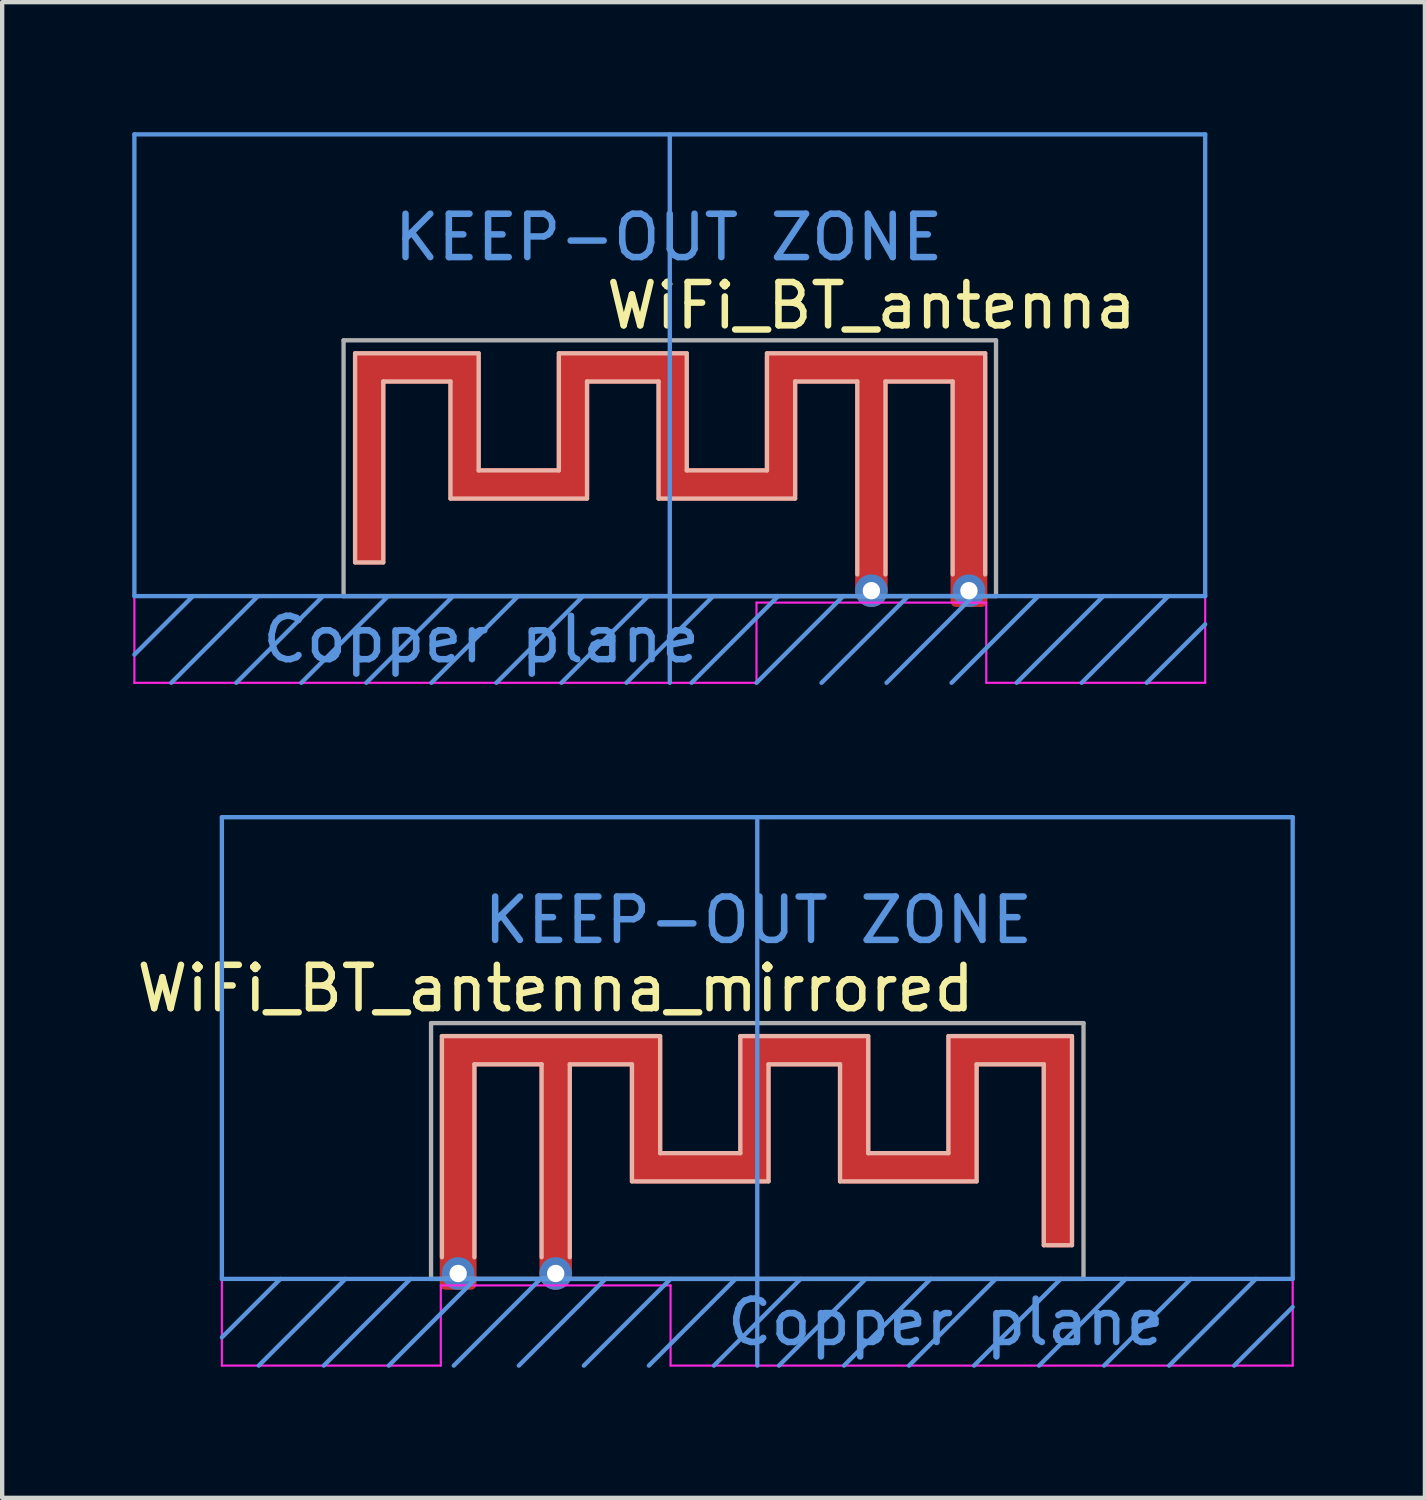
<source format=kicad_pcb>
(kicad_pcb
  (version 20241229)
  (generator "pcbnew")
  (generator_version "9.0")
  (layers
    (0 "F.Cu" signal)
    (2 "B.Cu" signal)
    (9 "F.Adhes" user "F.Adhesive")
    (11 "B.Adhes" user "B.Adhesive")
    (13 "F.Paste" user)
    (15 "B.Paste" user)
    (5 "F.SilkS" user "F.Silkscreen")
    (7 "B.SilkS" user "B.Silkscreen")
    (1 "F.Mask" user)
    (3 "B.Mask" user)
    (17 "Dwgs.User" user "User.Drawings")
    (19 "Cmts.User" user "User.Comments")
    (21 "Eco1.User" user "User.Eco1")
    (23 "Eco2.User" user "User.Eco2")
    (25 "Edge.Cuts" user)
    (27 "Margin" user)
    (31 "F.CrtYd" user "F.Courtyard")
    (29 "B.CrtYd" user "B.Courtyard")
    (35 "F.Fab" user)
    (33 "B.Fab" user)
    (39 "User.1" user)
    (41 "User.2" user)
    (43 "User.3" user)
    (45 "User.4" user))
  (footprint "WiFi_BT_antenna"
    (layer "F.Cu")
    (at 17.05 10.7)
    (property "Reference" "WiFi_BT_antenna" (at 0 -6.7 0) (layer "F.SilkS") (effects (font (size 1 1) (thickness 0.15))))
    (attr exclude_from_pos_files exclude_from_bom)
    (fp_line (start -11.909 -5.6) (end -11.909 -0.777) (stroke (width 0.1) (type solid)) (layer "B.SilkS"))
    (fp_line (start -11.909 -5.6) (end -9.059 -5.6) (stroke (width 0.1) (type solid)) (layer "B.SilkS"))
    (fp_line (start -11.909 -0.777) (end -11.259 -0.777) (stroke (width 0.1) (type solid)) (layer "B.SilkS"))
    (fp_line (start -11.259 -4.95) (end -11.259 -0.777) (stroke (width 0.1) (type solid)) (layer "B.SilkS"))
    (fp_line (start -11.259 -4.95) (end -9.709 -4.95) (stroke (width 0.1) (type solid)) (layer "B.SilkS"))
    (fp_line (start -9.709 -4.95) (end -9.709 -2.25) (stroke (width 0.1) (type solid)) (layer "B.SilkS"))
    (fp_line (start -9.709 -2.25) (end -6.559 -2.25) (stroke (width 0.1) (type solid)) (layer "B.SilkS"))
    (fp_line (start -9.059 -5.6) (end -9.059 -2.9) (stroke (width 0.1) (type solid)) (layer "B.SilkS"))
    (fp_line (start -9.059 -2.9) (end -7.209 -2.9) (stroke (width 0.1) (type solid)) (layer "B.SilkS"))
    (fp_line (start -7.209 -5.6) (end -7.209 -2.9) (stroke (width 0.1) (type solid)) (layer "B.SilkS"))
    (fp_line (start -7.209 -5.6) (end -4.259 -5.6) (stroke (width 0.1) (type solid)) (layer "B.SilkS"))
    (fp_line (start -6.559 -4.95) (end -6.559 -2.25) (stroke (width 0.1) (type solid)) (layer "B.SilkS"))
    (fp_line (start -6.559 -4.95) (end -4.909 -4.95) (stroke (width 0.1) (type solid)) (layer "B.SilkS"))
    (fp_line (start -4.909 -4.95) (end -4.909 -2.25) (stroke (width 0.1) (type solid)) (layer "B.SilkS"))
    (fp_line (start -4.909 -2.25) (end -1.759 -2.25) (stroke (width 0.1) (type solid)) (layer "B.SilkS"))
    (fp_line (start -4.259 -5.6) (end -4.259 -2.9) (stroke (width 0.1) (type solid)) (layer "B.SilkS"))
    (fp_line (start -4.259 -2.9) (end -2.409 -2.9) (stroke (width 0.1) (type solid)) (layer "B.SilkS"))
    (fp_line (start -2.409 -5.6) (end -2.409 -2.9) (stroke (width 0.1) (type solid)) (layer "B.SilkS"))
    (fp_line (start -2.409 -5.6) (end 2.625 -5.6) (stroke (width 0.1) (type solid)) (layer "B.SilkS"))
    (fp_line (start -1.759 -4.95) (end -1.759 -2.25) (stroke (width 0.1) (type solid)) (layer "B.SilkS"))
    (fp_line (start -1.759 -4.95) (end -0.325 -4.95) (stroke (width 0.1) (type solid)) (layer "B.SilkS"))
    (fp_line (start -0.325 -4.95) (end -0.325 -0.5) (stroke (width 0.1) (type solid)) (layer "B.SilkS"))
    (fp_line (start 0.325 -4.95) (end 0.325 -0.5) (stroke (width 0.1) (type solid)) (layer "B.SilkS"))
    (fp_line (start 0.325 -4.95) (end 1.875 -4.95) (stroke (width 0.1) (type solid)) (layer "B.SilkS"))
    (fp_line (start 1.875 -4.95) (end 1.875 -0.5) (stroke (width 0.1) (type solid)) (layer "B.SilkS"))
    (fp_line (start 2.625 -5.6) (end 2.625 -0.5) (stroke (width 0.1) (type solid)) (layer "B.SilkS"))
    (fp_line (start -17 -10.65) (end 7.7 -10.65) (stroke (width 0.1) (type solid)) (layer "Cmts.User"))
    (fp_line (start -17 0) (end -17 -10.65) (stroke (width 0.1) (type solid)) (layer "Cmts.User"))
    (fp_line (start -15.65 0) (end -17 1.35) (stroke (width 0.1) (type solid)) (layer "Cmts.User"))
    (fp_line (start -14.15 0) (end -16.15 2) (stroke (width 0.1) (type solid)) (layer "Cmts.User"))
    (fp_line (start -12.65 0) (end -14.65 2) (stroke (width 0.1) (type solid)) (layer "Cmts.User"))
    (fp_line (start -11.15 0) (end -13.15 2) (stroke (width 0.1) (type solid)) (layer "Cmts.User"))
    (fp_line (start -9.65 0) (end -11.65 2) (stroke (width 0.1) (type solid)) (layer "Cmts.User"))
    (fp_line (start -8.15 0) (end -10.15 2) (stroke (width 0.1) (type solid)) (layer "Cmts.User"))
    (fp_line (start -6.65 0) (end -8.65 2) (stroke (width 0.1) (type solid)) (layer "Cmts.User"))
    (fp_line (start -5.15 0) (end -7.15 2) (stroke (width 0.1) (type solid)) (layer "Cmts.User"))
    (fp_line (start -4.65 2) (end -4.65 -10.65) (stroke (width 0.1) (type solid)) (layer "Cmts.User"))
    (fp_line (start -3.65 0) (end -5.65 2) (stroke (width 0.1) (type solid)) (layer "Cmts.User"))
    (fp_line (start -2.15 0) (end -4.15 2) (stroke (width 0.1) (type solid)) (layer "Cmts.User"))
    (fp_line (start -0.65 0) (end -2.65 2) (stroke (width 0.1) (type solid)) (layer "Cmts.User"))
    (fp_line (start 0.85 0) (end -1.15 2) (stroke (width 0.1) (type solid)) (layer "Cmts.User"))
    (fp_line (start 2.35 0) (end 0.35 2) (stroke (width 0.1) (type solid)) (layer "Cmts.User"))
    (fp_line (start 3.85 0) (end 1.85 2) (stroke (width 0.1) (type solid)) (layer "Cmts.User"))
    (fp_line (start 5.35 0) (end 3.35 2) (stroke (width 0.1) (type solid)) (layer "Cmts.User"))
    (fp_line (start 6.85 0) (end 4.85 2) (stroke (width 0.1) (type solid)) (layer "Cmts.User"))
    (fp_line (start 7.7 0) (end -17 0) (stroke (width 0.1) (type solid)) (layer "Cmts.User"))
    (fp_line (start 7.7 0) (end 7.7 -10.65) (stroke (width 0.1) (type solid)) (layer "Cmts.User"))
    (fp_line (start 7.7 0.65) (end 6.35 2) (stroke (width 0.1) (type solid)) (layer "Cmts.User"))
    (fp_line (start -17 -10.65) (end -17 2) (stroke (width 0.05) (type solid)) (layer "F.CrtYd"))
    (fp_line (start -17 2) (end -2.65 2) (stroke (width 0.05) (type solid)) (layer "F.CrtYd"))
    (fp_line (start -2.65 0.15) (end -2.65 2) (stroke (width 0.05) (type solid)) (layer "F.CrtYd"))
    (fp_line (start -2.65 0.15) (end 2.65 0.15) (stroke (width 0.05) (type solid)) (layer "F.CrtYd"))
    (fp_line (start 2.65 0.15) (end 2.65 2) (stroke (width 0.05) (type solid)) (layer "F.CrtYd"))
    (fp_line (start 2.65 2) (end 7.7 2) (stroke (width 0.05) (type solid)) (layer "F.CrtYd"))
    (fp_line (start 7.7 -10.65) (end -17 -10.65) (stroke (width 0.05) (type solid)) (layer "F.CrtYd"))
    (fp_line (start 7.7 -10.65) (end 7.7 2) (stroke (width 0.05) (type solid)) (layer "F.CrtYd"))
    (fp_line (start -12.175 -5.9) (end -12.175 0) (stroke (width 0.1) (type solid)) (layer "F.Fab"))
    (fp_line (start -12.175 0) (end 2.875 0) (stroke (width 0.1) (type solid)) (layer "F.Fab"))
    (fp_line (start 2.875 -5.9) (end -12.175 -5.9) (stroke (width 0.1) (type solid)) (layer "F.Fab"))
    (fp_line (start 2.875 0) (end 2.875 -5.9) (stroke (width 0.1) (type solid)) (layer "F.Fab"))
    (fp_text user "Copper plane" (at -9 1 0) (layer "Cmts.User") (effects (font (size 1 1) (thickness 0.15))))
    (fp_text user "KEEP-OUT ZONE" (at -4.675 -8.275 0) (layer "Cmts.User") (effects (font (size 1 1) (thickness 0.15))))
    (pad "1" smd custom (at 0 -0.125) (size 0.1 0.1) (layers "F.Cu") (options (anchor rect)) (primitives (gr_poly (pts (xy -9.134 -2.7) (xy -7.134 -2.7) (xy -7.134 -5.4) (xy -4.334 -5.4) (xy -4.334 -2.7) (xy -2.334 -2.7) (xy -2.334 -5.4) (xy 0.25 -5.4) (xy 0.25 0) (xy -0.25 0) (xy -0.25 -4.9) (xy -1.834 -4.9) (xy -1.834 -2.2) (xy -4.834 -2.2) (xy -4.834 -4.9) (xy -6.634 -4.9) (xy -6.634 -2.2) (xy -9.634 -2.2) (xy -9.634 -4.9) (xy -11.334 -4.9) (xy -11.334 -0.727) (xy -11.834 -0.727) (xy -11.834 -5.4) (xy -9.134 -5.4)) (width 0.25) (fill yes))))
    (pad "1" thru_hole circle (at 0 -0.125) (size 0.75 0.75) (drill 0.4) (layers "*.Cu" "*.Mask"))
    (pad "2" smd custom (at 2.25 -0.125) (size 0.1 0.1) (layers "F.Cu") (options (anchor rect)) (primitives (gr_poly (pts (xy 0.3 0.25) (xy -0.3 0.25) (xy -0.3 -4.9) (xy -2 -4.9) (xy -2 -5.4) (xy 0.3 -5.4)) (width 0.25) (fill yes))))
    (pad "2" thru_hole circle (at 2.25 -0.125) (size 0.75 0.75) (drill 0.4) (layers "*.Cu" "*.Mask")))
  (footprint "WiFi_BT_antenna_mirrored"
    (layer "F.Cu")
    (at 9.768 26.45)
    (property "Reference" "WiFi_BT_antenna_mirrored" (at 0 -6.7 0) (layer "F.SilkS") (effects (font (size 1 1) (thickness 0.15))))
    (attr exclude_from_pos_files exclude_from_bom)
    (fp_line (start -2.625 -5.6) (end -2.625 -0.5) (stroke (width 0.1) (type solid)) (layer "B.SilkS"))
    (fp_line (start -1.875 -4.95) (end -1.875 -0.5) (stroke (width 0.1) (type solid)) (layer "B.SilkS"))
    (fp_line (start -0.325 -4.95) (end -1.875 -4.95) (stroke (width 0.1) (type solid)) (layer "B.SilkS"))
    (fp_line (start -0.325 -4.95) (end -0.325 -0.5) (stroke (width 0.1) (type solid)) (layer "B.SilkS"))
    (fp_line (start 0.325 -4.95) (end 0.325 -0.5) (stroke (width 0.1) (type solid)) (layer "B.SilkS"))
    (fp_line (start 1.759 -4.95) (end 0.325 -4.95) (stroke (width 0.1) (type solid)) (layer "B.SilkS"))
    (fp_line (start 1.759 -4.95) (end 1.759 -2.25) (stroke (width 0.1) (type solid)) (layer "B.SilkS"))
    (fp_line (start 2.409 -5.6) (end -2.625 -5.6) (stroke (width 0.1) (type solid)) (layer "B.SilkS"))
    (fp_line (start 2.409 -5.6) (end 2.409 -2.9) (stroke (width 0.1) (type solid)) (layer "B.SilkS"))
    (fp_line (start 4.259 -5.6) (end 4.259 -2.9) (stroke (width 0.1) (type solid)) (layer "B.SilkS"))
    (fp_line (start 4.259 -2.9) (end 2.409 -2.9) (stroke (width 0.1) (type solid)) (layer "B.SilkS"))
    (fp_line (start 4.909 -4.95) (end 4.909 -2.25) (stroke (width 0.1) (type solid)) (layer "B.SilkS"))
    (fp_line (start 4.909 -2.25) (end 1.759 -2.25) (stroke (width 0.1) (type solid)) (layer "B.SilkS"))
    (fp_line (start 6.559 -4.95) (end 4.909 -4.95) (stroke (width 0.1) (type solid)) (layer "B.SilkS"))
    (fp_line (start 6.559 -4.95) (end 6.559 -2.25) (stroke (width 0.1) (type solid)) (layer "B.SilkS"))
    (fp_line (start 7.209 -5.6) (end 4.259 -5.6) (stroke (width 0.1) (type solid)) (layer "B.SilkS"))
    (fp_line (start 7.209 -5.6) (end 7.209 -2.9) (stroke (width 0.1) (type solid)) (layer "B.SilkS"))
    (fp_line (start 9.059 -5.6) (end 9.059 -2.9) (stroke (width 0.1) (type solid)) (layer "B.SilkS"))
    (fp_line (start 9.059 -2.9) (end 7.209 -2.9) (stroke (width 0.1) (type solid)) (layer "B.SilkS"))
    (fp_line (start 9.709 -4.95) (end 9.709 -2.25) (stroke (width 0.1) (type solid)) (layer "B.SilkS"))
    (fp_line (start 9.709 -2.25) (end 6.559 -2.25) (stroke (width 0.1) (type solid)) (layer "B.SilkS"))
    (fp_line (start 11.259 -4.95) (end 9.709 -4.95) (stroke (width 0.1) (type solid)) (layer "B.SilkS"))
    (fp_line (start 11.259 -4.95) (end 11.259 -0.777) (stroke (width 0.1) (type solid)) (layer "B.SilkS"))
    (fp_line (start 11.909 -5.6) (end 9.059 -5.6) (stroke (width 0.1) (type solid)) (layer "B.SilkS"))
    (fp_line (start 11.909 -5.6) (end 11.909 -0.777) (stroke (width 0.1) (type solid)) (layer "B.SilkS"))
    (fp_line (start 11.909 -0.777) (end 11.259 -0.777) (stroke (width 0.1) (type solid)) (layer "B.SilkS"))
    (fp_line (start -7.7 -10.65) (end 17 -10.65) (stroke (width 0.1) (type solid)) (layer "Cmts.User"))
    (fp_line (start -7.7 0) (end -7.7 -10.65) (stroke (width 0.1) (type solid)) (layer "Cmts.User"))
    (fp_line (start -6.35 0) (end -7.7 1.35) (stroke (width 0.1) (type solid)) (layer "Cmts.User"))
    (fp_line (start -4.85 0) (end -6.85 2) (stroke (width 0.1) (type solid)) (layer "Cmts.User"))
    (fp_line (start -3.35 0) (end -5.35 2) (stroke (width 0.1) (type solid)) (layer "Cmts.User"))
    (fp_line (start -1.85 0) (end -3.85 2) (stroke (width 0.1) (type solid)) (layer "Cmts.User"))
    (fp_line (start -0.35 0) (end -2.35 2) (stroke (width 0.1) (type solid)) (layer "Cmts.User"))
    (fp_line (start 1.15 0) (end -0.85 2) (stroke (width 0.1) (type solid)) (layer "Cmts.User"))
    (fp_line (start 2.65 0) (end 0.65 2) (stroke (width 0.1) (type solid)) (layer "Cmts.User"))
    (fp_line (start 4.15 0) (end 2.15 2) (stroke (width 0.1) (type solid)) (layer "Cmts.User"))
    (fp_line (start 4.65 2) (end 4.65 -10.65) (stroke (width 0.1) (type solid)) (layer "Cmts.User"))
    (fp_line (start 5.65 0) (end 3.65 2) (stroke (width 0.1) (type solid)) (layer "Cmts.User"))
    (fp_line (start 7.15 0) (end 5.15 2) (stroke (width 0.1) (type solid)) (layer "Cmts.User"))
    (fp_line (start 8.65 0) (end 6.65 2) (stroke (width 0.1) (type solid)) (layer "Cmts.User"))
    (fp_line (start 10.15 0) (end 8.15 2) (stroke (width 0.1) (type solid)) (layer "Cmts.User"))
    (fp_line (start 11.65 0) (end 9.65 2) (stroke (width 0.1) (type solid)) (layer "Cmts.User"))
    (fp_line (start 13.15 0) (end 11.15 2) (stroke (width 0.1) (type solid)) (layer "Cmts.User"))
    (fp_line (start 14.65 0) (end 12.65 2) (stroke (width 0.1) (type solid)) (layer "Cmts.User"))
    (fp_line (start 16.15 0) (end 14.15 2) (stroke (width 0.1) (type solid)) (layer "Cmts.User"))
    (fp_line (start 17 0) (end -7.7 0) (stroke (width 0.1) (type solid)) (layer "Cmts.User"))
    (fp_line (start 17 0) (end 17 -10.65) (stroke (width 0.1) (type solid)) (layer "Cmts.User"))
    (fp_line (start 17 0.65) (end 15.65 2) (stroke (width 0.1) (type solid)) (layer "Cmts.User"))
    (fp_line (start -7.7 -10.65) (end -7.7 2) (stroke (width 0.05) (type solid)) (layer "F.CrtYd"))
    (fp_line (start -2.65 0.15) (end -2.65 2) (stroke (width 0.05) (type solid)) (layer "F.CrtYd"))
    (fp_line (start -2.65 2) (end -7.7 2) (stroke (width 0.05) (type solid)) (layer "F.CrtYd"))
    (fp_line (start 2.65 0.15) (end -2.65 0.15) (stroke (width 0.05) (type solid)) (layer "F.CrtYd"))
    (fp_line (start 2.65 0.15) (end 2.65 2) (stroke (width 0.05) (type solid)) (layer "F.CrtYd"))
    (fp_line (start 17 -10.65) (end -7.7 -10.65) (stroke (width 0.05) (type solid)) (layer "F.CrtYd"))
    (fp_line (start 17 -10.65) (end 17 2) (stroke (width 0.05) (type solid)) (layer "F.CrtYd"))
    (fp_line (start 17 2) (end 2.65 2) (stroke (width 0.05) (type solid)) (layer "F.CrtYd"))
    (fp_line (start -2.875 -5.9) (end 12.175 -5.9) (stroke (width 0.1) (type solid)) (layer "F.Fab"))
    (fp_line (start -2.875 0) (end -2.875 -5.9) (stroke (width 0.1) (type solid)) (layer "F.Fab"))
    (fp_line (start 12.175 -5.9) (end 12.175 0) (stroke (width 0.1) (type solid)) (layer "F.Fab"))
    (fp_line (start 12.175 0) (end -2.875 0) (stroke (width 0.1) (type solid)) (layer "F.Fab"))
    (fp_text user "Copper plane" (at 9 1 0) (layer "Cmts.User") (effects (font (size 1 1) (thickness 0.15))))
    (fp_text user "KEEP-OUT ZONE" (at 4.675 -8.275 0) (layer "Cmts.User") (effects (font (size 1 1) (thickness 0.15))))
    (pad "1" smd custom (at 0 -0.125) (size 0.1 0.1) (layers "F.Cu") (options (anchor rect)) (primitives (gr_poly (pts (xy 2.334 -2.7) (xy 4.334 -2.7) (xy 4.334 -5.4) (xy 7.134 -5.4) (xy 7.134 -2.7) (xy 9.134 -2.7) (xy 9.134 -5.4) (xy 11.834 -5.4) (xy 11.834 -0.727) (xy 11.334 -0.727) (xy 11.334 -4.9) (xy 9.634 -4.9) (xy 9.634 -2.2) (xy 6.634 -2.2) (xy 6.634 -4.9) (xy 4.834 -4.9) (xy 4.834 -2.2) (xy 1.834 -2.2) (xy 1.834 -4.9) (xy 0.25 -4.9) (xy 0.25 0) (xy -0.25 0) (xy -0.25 -5.4) (xy 2.334 -5.4)) (width 0.25) (fill yes))))
    (pad "1" thru_hole circle (at 0 -0.125) (size 0.75 0.75) (drill 0.4) (layers "*.Cu" "*.Mask"))
    (pad "2" smd custom (at -2.25 -0.125) (size 0.1 0.1) (layers "F.Cu") (options (anchor rect)) (primitives (gr_poly (pts (xy 2 -4.9) (xy 0.3 -4.9) (xy 0.3 0.25) (xy -0.3 0.25) (xy -0.3 -5.4) (xy 2 -5.4)) (width 0.25) (fill yes))))
    (pad "2" thru_hole circle (at -2.25 -0.125) (size 0.75 0.75) (drill 0.4) (layers "*.Cu" "*.Mask")))
  (gr_rect
    (start -3 -3)
    (end 29.818 31.5)
    (stroke (width 0.1) (type default))
    (fill no)
    (layer "Edge.Cuts")))
</source>
